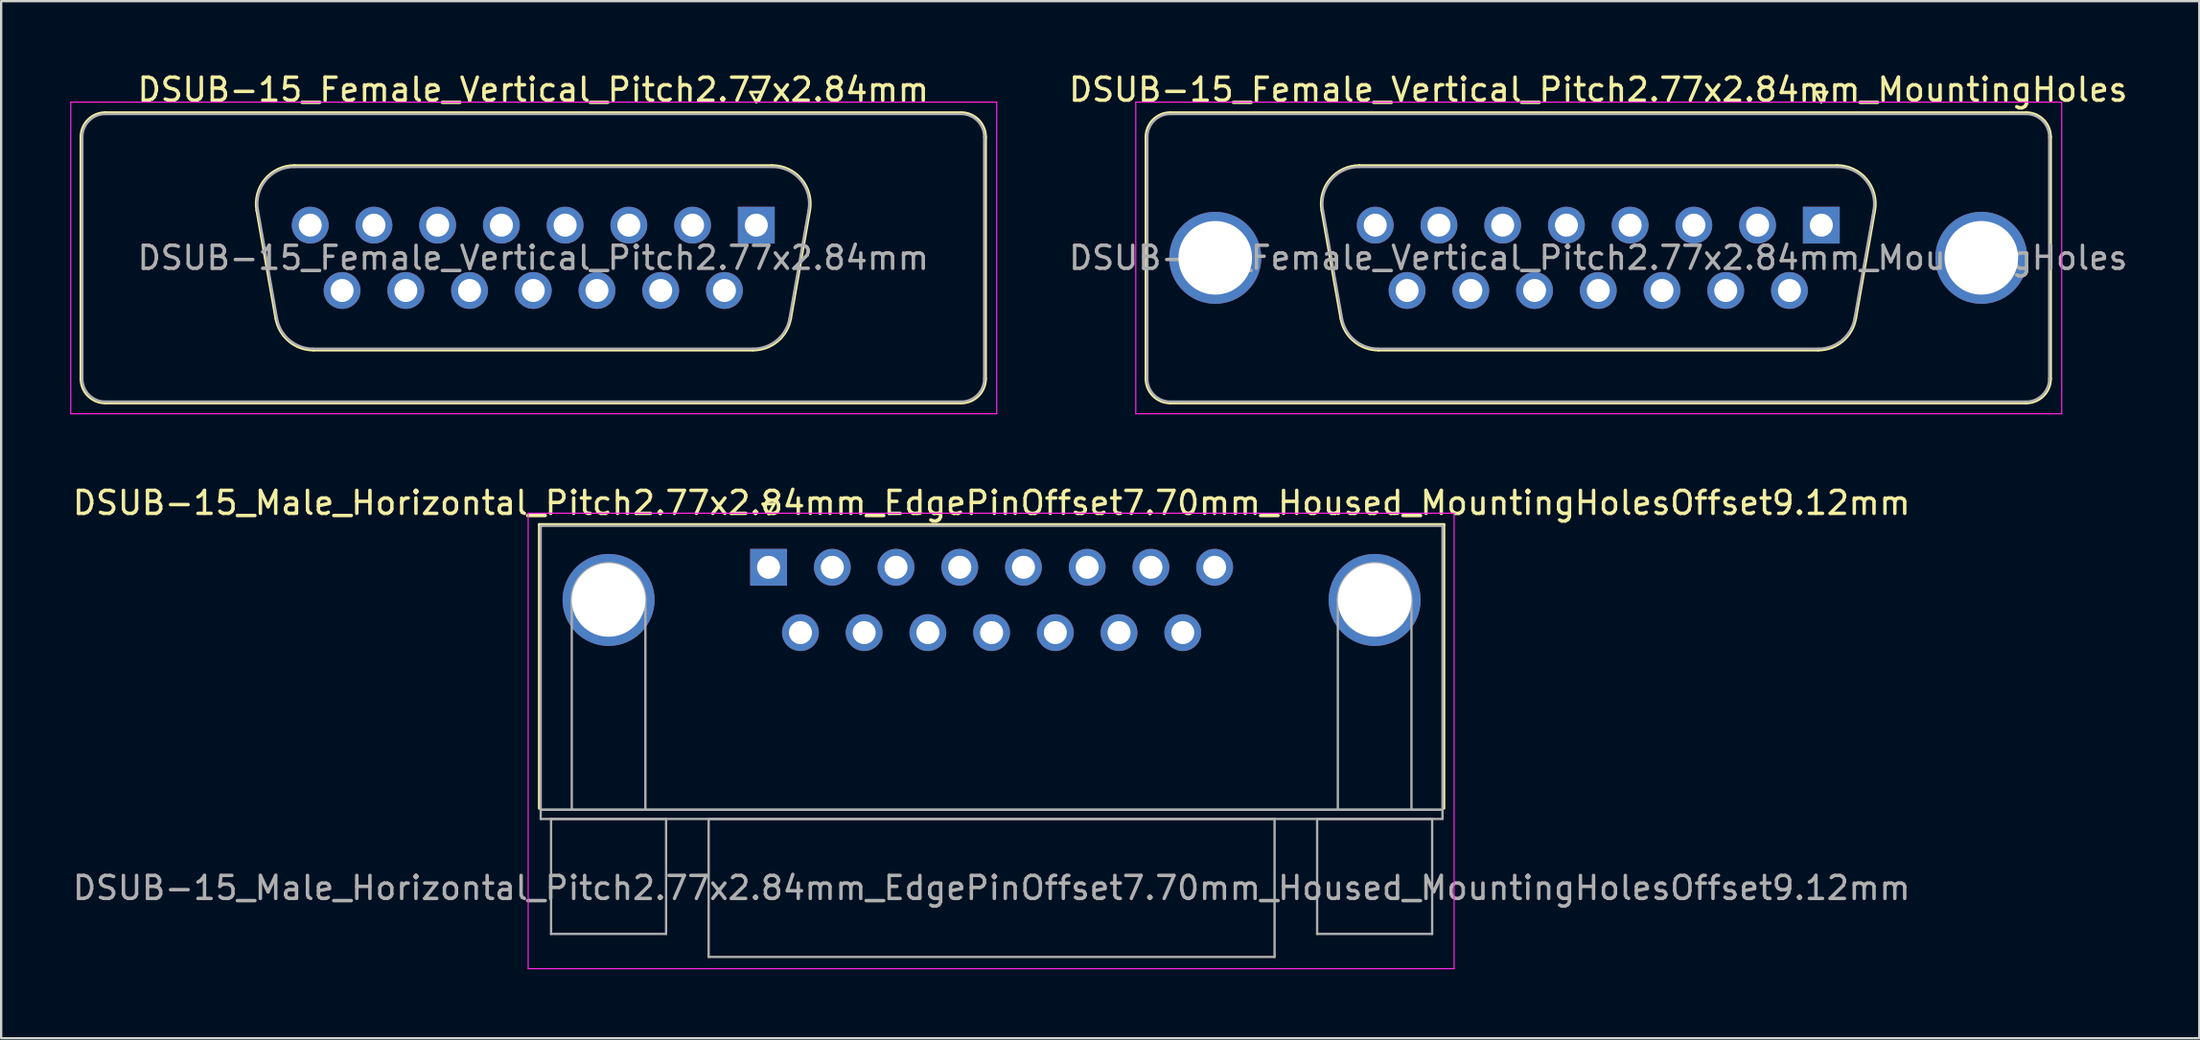
<source format=kicad_pcb>
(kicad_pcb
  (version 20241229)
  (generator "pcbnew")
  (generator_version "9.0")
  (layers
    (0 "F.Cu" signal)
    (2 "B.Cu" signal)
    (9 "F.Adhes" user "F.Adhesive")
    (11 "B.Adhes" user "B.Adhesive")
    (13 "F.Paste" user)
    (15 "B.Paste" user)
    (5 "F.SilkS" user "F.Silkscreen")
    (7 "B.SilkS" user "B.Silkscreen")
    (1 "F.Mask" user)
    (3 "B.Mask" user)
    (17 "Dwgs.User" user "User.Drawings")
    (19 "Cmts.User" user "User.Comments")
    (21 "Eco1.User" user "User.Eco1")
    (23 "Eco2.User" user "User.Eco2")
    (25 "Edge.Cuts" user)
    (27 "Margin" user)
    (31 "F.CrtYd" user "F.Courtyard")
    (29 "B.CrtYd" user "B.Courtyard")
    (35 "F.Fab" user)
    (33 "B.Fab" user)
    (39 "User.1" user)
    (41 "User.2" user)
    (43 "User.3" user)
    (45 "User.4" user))
  (footprint "DSUB-15_Female_Vertical_Pitch2.77x2.84mm"
    (layer "F.Cu")
    (at 29.825 6.738)
    (property "Reference" "DSUB-15_Female_Vertical_Pitch2.77x2.84mm" (at -9.695 -5.89 0) (layer "F.SilkS") (effects (font (size 1 1) (thickness 0.15))))
    (attr through_hole)
    (fp_line (start -29.355 6.67) (end -29.355 -3.83) (stroke (width 0.12) (type solid)) (layer "F.SilkS"))
    (fp_line (start -28.295 -4.89) (end 8.905 -4.89) (stroke (width 0.12) (type solid)) (layer "F.SilkS"))
    (fp_line (start -21.711 -0.642) (end -20.883 4.058) (stroke (width 0.12) (type solid)) (layer "F.SilkS"))
    (fp_line (start -20.077 -2.59) (end 0.687 -2.59) (stroke (width 0.12) (type solid)) (layer "F.SilkS"))
    (fp_line (start -19.248 5.43) (end -0.142 5.43) (stroke (width 0.12) (type solid)) (layer "F.SilkS"))
    (fp_line (start -0.25 -5.784) (end 0.25 -5.784) (stroke (width 0.12) (type solid)) (layer "F.SilkS"))
    (fp_line (start 0 -5.351) (end -0.25 -5.784) (stroke (width 0.12) (type solid)) (layer "F.SilkS"))
    (fp_line (start 0.25 -5.784) (end 0 -5.351) (stroke (width 0.12) (type solid)) (layer "F.SilkS"))
    (fp_line (start 2.321 -0.642) (end 1.493 4.058) (stroke (width 0.12) (type solid)) (layer "F.SilkS"))
    (fp_line (start 8.905 7.73) (end -28.295 7.73) (stroke (width 0.12) (type solid)) (layer "F.SilkS"))
    (fp_line (start 9.965 -3.83) (end 9.965 6.67) (stroke (width 0.12) (type solid)) (layer "F.SilkS"))
    (fp_arc (start -29.355 -3.83) (mid -29.044533 -4.579533) (end -28.295 -4.89) (stroke (width 0.12) (type solid)) (layer "F.SilkS"))
    (fp_arc (start -28.295 7.73) (mid -29.044533 7.419533) (end -29.355 6.67) (stroke (width 0.12) (type solid)) (layer "F.SilkS"))
    (fp_arc (start -21.71147 -0.641744) (mid -21.348323 -1.997028) (end -20.076689 -2.59) (stroke (width 0.12) (type solid)) (layer "F.SilkS"))
    (fp_arc (start -19.247952 5.43) (mid -20.314979 5.041634) (end -20.882733 4.058256) (stroke (width 0.12) (type solid)) (layer "F.SilkS"))
    (fp_arc (start 0.686689 -2.59) (mid 1.958323 -1.997027) (end 2.32147 -0.641744) (stroke (width 0.12) (type solid)) (layer "F.SilkS"))
    (fp_arc (start 1.492733 4.058256) (mid 0.92498 5.041634) (end -0.142048 5.43) (stroke (width 0.12) (type solid)) (layer "F.SilkS"))
    (fp_arc (start 8.905 -4.89) (mid 9.654533 -4.579533) (end 9.965 -3.83) (stroke (width 0.12) (type solid)) (layer "F.SilkS"))
    (fp_arc (start 9.965 6.67) (mid 9.654533 7.419533) (end 8.905 7.73) (stroke (width 0.12) (type solid)) (layer "F.SilkS"))
    (fp_line (start -29.8 -5.35) (end -29.8 8.2) (stroke (width 0.05) (type solid)) (layer "F.CrtYd"))
    (fp_line (start -29.8 8.2) (end 10.45 8.2) (stroke (width 0.05) (type solid)) (layer "F.CrtYd"))
    (fp_line (start 10.45 -5.35) (end -29.8 -5.35) (stroke (width 0.05) (type solid)) (layer "F.CrtYd"))
    (fp_line (start 10.45 8.2) (end 10.45 -5.35) (stroke (width 0.05) (type solid)) (layer "F.CrtYd"))
    (fp_line (start -29.295 6.67) (end -29.295 -3.83) (stroke (width 0.1) (type solid)) (layer "F.Fab"))
    (fp_line (start -28.295 -4.83) (end 8.905 -4.83) (stroke (width 0.1) (type solid)) (layer "F.Fab"))
    (fp_line (start -21.664 -0.652) (end -20.835 4.048) (stroke (width 0.1) (type solid)) (layer "F.Fab"))
    (fp_line (start -20.088 -2.53) (end 0.698 -2.53) (stroke (width 0.1) (type solid)) (layer "F.Fab"))
    (fp_line (start -19.259 5.37) (end -0.131 5.37) (stroke (width 0.1) (type solid)) (layer "F.Fab"))
    (fp_line (start 2.274 -0.652) (end 1.445 4.048) (stroke (width 0.1) (type solid)) (layer "F.Fab"))
    (fp_line (start 8.905 7.67) (end -28.295 7.67) (stroke (width 0.1) (type solid)) (layer "F.Fab"))
    (fp_line (start 9.905 -3.83) (end 9.905 6.67) (stroke (width 0.1) (type solid)) (layer "F.Fab"))
    (fp_arc (start -29.295 -3.83) (mid -29.002107 -4.537107) (end -28.295 -4.83) (stroke (width 0.1) (type solid)) (layer "F.Fab"))
    (fp_arc (start -28.295 7.67) (mid -29.002107 7.377107) (end -29.295 6.67) (stroke (width 0.1) (type solid)) (layer "F.Fab"))
    (fp_arc (start -21.663886 -0.652163) (mid -21.313865 -1.95846) (end -20.088194 -2.53) (stroke (width 0.1) (type solid)) (layer "F.Fab"))
    (fp_arc (start -19.259457 5.37) (mid -20.287917 4.995671) (end -20.835149 4.047837) (stroke (width 0.1) (type solid)) (layer "F.Fab"))
    (fp_arc (start 0.698194 -2.53) (mid 1.923865 -1.95846) (end 2.273886 -0.652163) (stroke (width 0.1) (type solid)) (layer "F.Fab"))
    (fp_arc (start 1.445149 4.047837) (mid 0.897917 4.995671) (end -0.130543 5.37) (stroke (width 0.1) (type solid)) (layer "F.Fab"))
    (fp_arc (start 8.905 -4.83) (mid 9.612107 -4.537107) (end 9.905 -3.83) (stroke (width 0.1) (type solid)) (layer "F.Fab"))
    (fp_arc (start 9.905 6.67) (mid 9.612107 7.377107) (end 8.905 7.67) (stroke (width 0.1) (type solid)) (layer "F.Fab"))
    (fp_text user "${REFERENCE}" (at -9.695 1.42 0) (layer "F.Fab") (effects (font (size 1 1) (thickness 0.15))))
    (pad "1" thru_hole rect (at 0 0) (size 1.6 1.6) (drill 1) (layers "*.Cu" "*.Mask"))
    (pad "2" thru_hole circle (at -2.77 0) (size 1.6 1.6) (drill 1) (layers "*.Cu" "*.Mask"))
    (pad "3" thru_hole circle (at -5.54 0) (size 1.6 1.6) (drill 1) (layers "*.Cu" "*.Mask"))
    (pad "4" thru_hole circle (at -8.31 0) (size 1.6 1.6) (drill 1) (layers "*.Cu" "*.Mask"))
    (pad "5" thru_hole circle (at -11.08 0) (size 1.6 1.6) (drill 1) (layers "*.Cu" "*.Mask"))
    (pad "6" thru_hole circle (at -13.85 0) (size 1.6 1.6) (drill 1) (layers "*.Cu" "*.Mask"))
    (pad "7" thru_hole circle (at -16.62 0) (size 1.6 1.6) (drill 1) (layers "*.Cu" "*.Mask"))
    (pad "8" thru_hole circle (at -19.39 0) (size 1.6 1.6) (drill 1) (layers "*.Cu" "*.Mask"))
    (pad "9" thru_hole circle (at -1.385 2.84) (size 1.6 1.6) (drill 1) (layers "*.Cu" "*.Mask"))
    (pad "10" thru_hole circle (at -4.155 2.84) (size 1.6 1.6) (drill 1) (layers "*.Cu" "*.Mask"))
    (pad "11" thru_hole circle (at -6.925 2.84) (size 1.6 1.6) (drill 1) (layers "*.Cu" "*.Mask"))
    (pad "12" thru_hole circle (at -9.695 2.84) (size 1.6 1.6) (drill 1) (layers "*.Cu" "*.Mask"))
    (pad "13" thru_hole circle (at -12.465 2.84) (size 1.6 1.6) (drill 1) (layers "*.Cu" "*.Mask"))
    (pad "14" thru_hole circle (at -15.235 2.84) (size 1.6 1.6) (drill 1) (layers "*.Cu" "*.Mask"))
    (pad "15" thru_hole circle (at -18.005 2.84) (size 1.6 1.6) (drill 1) (layers "*.Cu" "*.Mask")))
  (footprint "DSUB-15_Female_Vertical_Pitch2.77x2.84mm_MountingHoles"
    (layer "F.Cu")
    (at 76.12 6.738)
    (property "Reference" "DSUB-15_Female_Vertical_Pitch2.77x2.84mm_MountingHoles" (at -9.695 -5.89 0) (layer "F.SilkS") (effects (font (size 1 1) (thickness 0.15))))
    (attr through_hole)
    (fp_line (start -29.355 6.67) (end -29.355 -3.83) (stroke (width 0.12) (type solid)) (layer "F.SilkS"))
    (fp_line (start -28.295 -4.89) (end 8.905 -4.89) (stroke (width 0.12) (type solid)) (layer "F.SilkS"))
    (fp_line (start -21.711 -0.642) (end -20.883 4.058) (stroke (width 0.12) (type solid)) (layer "F.SilkS"))
    (fp_line (start -20.077 -2.59) (end 0.687 -2.59) (stroke (width 0.12) (type solid)) (layer "F.SilkS"))
    (fp_line (start -19.248 5.43) (end -0.142 5.43) (stroke (width 0.12) (type solid)) (layer "F.SilkS"))
    (fp_line (start -0.25 -5.784) (end 0.25 -5.784) (stroke (width 0.12) (type solid)) (layer "F.SilkS"))
    (fp_line (start 0 -5.351) (end -0.25 -5.784) (stroke (width 0.12) (type solid)) (layer "F.SilkS"))
    (fp_line (start 0.25 -5.784) (end 0 -5.351) (stroke (width 0.12) (type solid)) (layer "F.SilkS"))
    (fp_line (start 2.321 -0.642) (end 1.493 4.058) (stroke (width 0.12) (type solid)) (layer "F.SilkS"))
    (fp_line (start 8.905 7.73) (end -28.295 7.73) (stroke (width 0.12) (type solid)) (layer "F.SilkS"))
    (fp_line (start 9.965 -3.83) (end 9.965 6.67) (stroke (width 0.12) (type solid)) (layer "F.SilkS"))
    (fp_arc (start -29.355 -3.83) (mid -29.044533 -4.579533) (end -28.295 -4.89) (stroke (width 0.12) (type solid)) (layer "F.SilkS"))
    (fp_arc (start -28.295 7.73) (mid -29.044533 7.419533) (end -29.355 6.67) (stroke (width 0.12) (type solid)) (layer "F.SilkS"))
    (fp_arc (start -21.71147 -0.641744) (mid -21.348323 -1.997028) (end -20.076689 -2.59) (stroke (width 0.12) (type solid)) (layer "F.SilkS"))
    (fp_arc (start -19.247952 5.43) (mid -20.314979 5.041634) (end -20.882733 4.058256) (stroke (width 0.12) (type solid)) (layer "F.SilkS"))
    (fp_arc (start 0.686689 -2.59) (mid 1.958323 -1.997027) (end 2.32147 -0.641744) (stroke (width 0.12) (type solid)) (layer "F.SilkS"))
    (fp_arc (start 1.492733 4.058256) (mid 0.92498 5.041634) (end -0.142048 5.43) (stroke (width 0.12) (type solid)) (layer "F.SilkS"))
    (fp_arc (start 8.905 -4.89) (mid 9.654533 -4.579533) (end 9.965 -3.83) (stroke (width 0.12) (type solid)) (layer "F.SilkS"))
    (fp_arc (start 9.965 6.67) (mid 9.654533 7.419533) (end 8.905 7.73) (stroke (width 0.12) (type solid)) (layer "F.SilkS"))
    (fp_line (start -29.8 -5.35) (end -29.8 8.2) (stroke (width 0.05) (type solid)) (layer "F.CrtYd"))
    (fp_line (start -29.8 8.2) (end 10.45 8.2) (stroke (width 0.05) (type solid)) (layer "F.CrtYd"))
    (fp_line (start 10.45 -5.35) (end -29.8 -5.35) (stroke (width 0.05) (type solid)) (layer "F.CrtYd"))
    (fp_line (start 10.45 8.2) (end 10.45 -5.35) (stroke (width 0.05) (type solid)) (layer "F.CrtYd"))
    (fp_line (start -29.295 6.67) (end -29.295 -3.83) (stroke (width 0.1) (type solid)) (layer "F.Fab"))
    (fp_line (start -28.295 -4.83) (end 8.905 -4.83) (stroke (width 0.1) (type solid)) (layer "F.Fab"))
    (fp_line (start -21.664 -0.652) (end -20.835 4.048) (stroke (width 0.1) (type solid)) (layer "F.Fab"))
    (fp_line (start -20.088 -2.53) (end 0.698 -2.53) (stroke (width 0.1) (type solid)) (layer "F.Fab"))
    (fp_line (start -19.259 5.37) (end -0.131 5.37) (stroke (width 0.1) (type solid)) (layer "F.Fab"))
    (fp_line (start 2.274 -0.652) (end 1.445 4.048) (stroke (width 0.1) (type solid)) (layer "F.Fab"))
    (fp_line (start 8.905 7.67) (end -28.295 7.67) (stroke (width 0.1) (type solid)) (layer "F.Fab"))
    (fp_line (start 9.905 -3.83) (end 9.905 6.67) (stroke (width 0.1) (type solid)) (layer "F.Fab"))
    (fp_arc (start -29.295 -3.83) (mid -29.002107 -4.537107) (end -28.295 -4.83) (stroke (width 0.1) (type solid)) (layer "F.Fab"))
    (fp_arc (start -28.295 7.67) (mid -29.002107 7.377107) (end -29.295 6.67) (stroke (width 0.1) (type solid)) (layer "F.Fab"))
    (fp_arc (start -21.663886 -0.652163) (mid -21.313865 -1.95846) (end -20.088194 -2.53) (stroke (width 0.1) (type solid)) (layer "F.Fab"))
    (fp_arc (start -19.259457 5.37) (mid -20.287917 4.995671) (end -20.835149 4.047837) (stroke (width 0.1) (type solid)) (layer "F.Fab"))
    (fp_arc (start 0.698194 -2.53) (mid 1.923865 -1.95846) (end 2.273886 -0.652163) (stroke (width 0.1) (type solid)) (layer "F.Fab"))
    (fp_arc (start 1.445149 4.047837) (mid 0.897917 4.995671) (end -0.130543 5.37) (stroke (width 0.1) (type solid)) (layer "F.Fab"))
    (fp_arc (start 8.905 -4.83) (mid 9.612107 -4.537107) (end 9.905 -3.83) (stroke (width 0.1) (type solid)) (layer "F.Fab"))
    (fp_arc (start 9.905 6.67) (mid 9.612107 7.377107) (end 8.905 7.67) (stroke (width 0.1) (type solid)) (layer "F.Fab"))
    (fp_text user "${REFERENCE}" (at -9.695 1.42 0) (layer "F.Fab") (effects (font (size 1 1) (thickness 0.15))))
    (pad "0" thru_hole circle (at -26.345 1.42) (size 4 4) (drill 3.2) (layers "*.Cu" "*.Mask"))
    (pad "0" thru_hole circle (at 6.955 1.42) (size 4 4) (drill 3.2) (layers "*.Cu" "*.Mask"))
    (pad "1" thru_hole rect (at 0 0) (size 1.6 1.6) (drill 1) (layers "*.Cu" "*.Mask"))
    (pad "2" thru_hole circle (at -2.77 0) (size 1.6 1.6) (drill 1) (layers "*.Cu" "*.Mask"))
    (pad "3" thru_hole circle (at -5.54 0) (size 1.6 1.6) (drill 1) (layers "*.Cu" "*.Mask"))
    (pad "4" thru_hole circle (at -8.31 0) (size 1.6 1.6) (drill 1) (layers "*.Cu" "*.Mask"))
    (pad "5" thru_hole circle (at -11.08 0) (size 1.6 1.6) (drill 1) (layers "*.Cu" "*.Mask"))
    (pad "6" thru_hole circle (at -13.85 0) (size 1.6 1.6) (drill 1) (layers "*.Cu" "*.Mask"))
    (pad "7" thru_hole circle (at -16.62 0) (size 1.6 1.6) (drill 1) (layers "*.Cu" "*.Mask"))
    (pad "8" thru_hole circle (at -19.39 0) (size 1.6 1.6) (drill 1) (layers "*.Cu" "*.Mask"))
    (pad "9" thru_hole circle (at -1.385 2.84) (size 1.6 1.6) (drill 1) (layers "*.Cu" "*.Mask"))
    (pad "10" thru_hole circle (at -4.155 2.84) (size 1.6 1.6) (drill 1) (layers "*.Cu" "*.Mask"))
    (pad "11" thru_hole circle (at -6.925 2.84) (size 1.6 1.6) (drill 1) (layers "*.Cu" "*.Mask"))
    (pad "12" thru_hole circle (at -9.695 2.84) (size 1.6 1.6) (drill 1) (layers "*.Cu" "*.Mask"))
    (pad "13" thru_hole circle (at -12.465 2.84) (size 1.6 1.6) (drill 1) (layers "*.Cu" "*.Mask"))
    (pad "14" thru_hole circle (at -15.235 2.84) (size 1.6 1.6) (drill 1) (layers "*.Cu" "*.Mask"))
    (pad "15" thru_hole circle (at -18.005 2.84) (size 1.6 1.6) (drill 1) (layers "*.Cu" "*.Mask")))
  (footprint "DSUB-15_Male_Horizontal_Pitch2.77x2.84mm_EdgePinOffset7.70mm_Housed_MountingHolesOffset9.12mm"
    (layer "F.Cu")
    (at 30.359 21.611)
    (property "Reference" "DSUB-15_Male_Horizontal_Pitch2.77x2.84mm_EdgePinOffset7.70mm_Housed_MountingHolesOffset9.12mm" (at 9.695 -2.8 0) (layer "F.SilkS") (effects (font (size 1 1) (thickness 0.15))))
    (attr through_hole)
    (fp_line (start -9.965 -1.86) (end 29.355 -1.86) (stroke (width 0.12) (type solid)) (layer "F.SilkS"))
    (fp_line (start -9.965 10.48) (end -9.965 -1.86) (stroke (width 0.12) (type solid)) (layer "F.SilkS"))
    (fp_line (start -0.25 -2.754) (end 0.25 -2.754) (stroke (width 0.12) (type solid)) (layer "F.SilkS"))
    (fp_line (start 0 -2.321) (end -0.25 -2.754) (stroke (width 0.12) (type solid)) (layer "F.SilkS"))
    (fp_line (start 0.25 -2.754) (end 0 -2.321) (stroke (width 0.12) (type solid)) (layer "F.SilkS"))
    (fp_line (start 29.355 -1.86) (end 29.355 10.48) (stroke (width 0.12) (type solid)) (layer "F.SilkS"))
    (fp_line (start -10.45 -2.35) (end -10.45 17.45) (stroke (width 0.05) (type solid)) (layer "F.CrtYd"))
    (fp_line (start -10.45 17.45) (end 29.8 17.45) (stroke (width 0.05) (type solid)) (layer "F.CrtYd"))
    (fp_line (start 29.8 -2.35) (end -10.45 -2.35) (stroke (width 0.05) (type solid)) (layer "F.CrtYd"))
    (fp_line (start 29.8 17.45) (end 29.8 -2.35) (stroke (width 0.05) (type solid)) (layer "F.CrtYd"))
    (fp_line (start -9.905 -1.8) (end -9.905 10.54) (stroke (width 0.1) (type solid)) (layer "F.Fab"))
    (fp_line (start -9.905 10.54) (end -9.905 10.94) (stroke (width 0.1) (type solid)) (layer "F.Fab"))
    (fp_line (start -9.905 10.54) (end 29.295 10.54) (stroke (width 0.1) (type solid)) (layer "F.Fab"))
    (fp_line (start -9.905 10.94) (end 29.295 10.94) (stroke (width 0.1) (type solid)) (layer "F.Fab"))
    (fp_line (start -9.455 10.94) (end -9.455 15.94) (stroke (width 0.1) (type solid)) (layer "F.Fab"))
    (fp_line (start -9.455 15.94) (end -4.455 15.94) (stroke (width 0.1) (type solid)) (layer "F.Fab"))
    (fp_line (start -8.555 10.54) (end -8.555 1.42) (stroke (width 0.1) (type solid)) (layer "F.Fab"))
    (fp_line (start -5.355 10.54) (end -5.355 1.42) (stroke (width 0.1) (type solid)) (layer "F.Fab"))
    (fp_line (start -4.455 10.94) (end -9.455 10.94) (stroke (width 0.1) (type solid)) (layer "F.Fab"))
    (fp_line (start -4.455 15.94) (end -4.455 10.94) (stroke (width 0.1) (type solid)) (layer "F.Fab"))
    (fp_line (start -2.605 10.94) (end -2.605 16.94) (stroke (width 0.1) (type solid)) (layer "F.Fab"))
    (fp_line (start -2.605 16.94) (end 21.995 16.94) (stroke (width 0.1) (type solid)) (layer "F.Fab"))
    (fp_line (start 21.995 10.94) (end -2.605 10.94) (stroke (width 0.1) (type solid)) (layer "F.Fab"))
    (fp_line (start 21.995 16.94) (end 21.995 10.94) (stroke (width 0.1) (type solid)) (layer "F.Fab"))
    (fp_line (start 23.845 10.94) (end 23.845 15.94) (stroke (width 0.1) (type solid)) (layer "F.Fab"))
    (fp_line (start 23.845 15.94) (end 28.845 15.94) (stroke (width 0.1) (type solid)) (layer "F.Fab"))
    (fp_line (start 24.745 10.54) (end 24.745 1.42) (stroke (width 0.1) (type solid)) (layer "F.Fab"))
    (fp_line (start 27.945 10.54) (end 27.945 1.42) (stroke (width 0.1) (type solid)) (layer "F.Fab"))
    (fp_line (start 28.845 10.94) (end 23.845 10.94) (stroke (width 0.1) (type solid)) (layer "F.Fab"))
    (fp_line (start 28.845 15.94) (end 28.845 10.94) (stroke (width 0.1) (type solid)) (layer "F.Fab"))
    (fp_line (start 29.295 -1.8) (end -9.905 -1.8) (stroke (width 0.1) (type solid)) (layer "F.Fab"))
    (fp_line (start 29.295 10.54) (end -9.905 10.54) (stroke (width 0.1) (type solid)) (layer "F.Fab"))
    (fp_line (start 29.295 10.54) (end 29.295 -1.8) (stroke (width 0.1) (type solid)) (layer "F.Fab"))
    (fp_line (start 29.295 10.94) (end 29.295 10.54) (stroke (width 0.1) (type solid)) (layer "F.Fab"))
    (fp_arc (start -8.555 1.42) (mid -6.955 -0.18) (end -5.355 1.42) (stroke (width 0.1) (type solid)) (layer "F.Fab"))
    (fp_arc (start 24.745 1.42) (mid 26.345 -0.18) (end 27.945 1.42) (stroke (width 0.1) (type solid)) (layer "F.Fab"))
    (fp_text user "${REFERENCE}" (at 9.695 13.94 0) (layer "F.Fab") (effects (font (size 1 1) (thickness 0.15))))
    (pad "0" thru_hole circle (at -6.955 1.42) (size 4 4) (drill 3.2) (layers "*.Cu" "*.Mask"))
    (pad "0" thru_hole circle (at 26.345 1.42) (size 4 4) (drill 3.2) (layers "*.Cu" "*.Mask"))
    (pad "1" thru_hole rect (at 0 0) (size 1.6 1.6) (drill 1) (layers "*.Cu" "*.Mask"))
    (pad "2" thru_hole circle (at 2.77 0) (size 1.6 1.6) (drill 1) (layers "*.Cu" "*.Mask"))
    (pad "3" thru_hole circle (at 5.54 0) (size 1.6 1.6) (drill 1) (layers "*.Cu" "*.Mask"))
    (pad "4" thru_hole circle (at 8.31 0) (size 1.6 1.6) (drill 1) (layers "*.Cu" "*.Mask"))
    (pad "5" thru_hole circle (at 11.08 0) (size 1.6 1.6) (drill 1) (layers "*.Cu" "*.Mask"))
    (pad "6" thru_hole circle (at 13.85 0) (size 1.6 1.6) (drill 1) (layers "*.Cu" "*.Mask"))
    (pad "7" thru_hole circle (at 16.62 0) (size 1.6 1.6) (drill 1) (layers "*.Cu" "*.Mask"))
    (pad "8" thru_hole circle (at 19.39 0) (size 1.6 1.6) (drill 1) (layers "*.Cu" "*.Mask"))
    (pad "9" thru_hole circle (at 1.385 2.84) (size 1.6 1.6) (drill 1) (layers "*.Cu" "*.Mask"))
    (pad "10" thru_hole circle (at 4.155 2.84) (size 1.6 1.6) (drill 1) (layers "*.Cu" "*.Mask"))
    (pad "11" thru_hole circle (at 6.925 2.84) (size 1.6 1.6) (drill 1) (layers "*.Cu" "*.Mask"))
    (pad "12" thru_hole circle (at 9.695 2.84) (size 1.6 1.6) (drill 1) (layers "*.Cu" "*.Mask"))
    (pad "13" thru_hole circle (at 12.465 2.84) (size 1.6 1.6) (drill 1) (layers "*.Cu" "*.Mask"))
    (pad "14" thru_hole circle (at 15.235 2.84) (size 1.6 1.6) (drill 1) (layers "*.Cu" "*.Mask"))
    (pad "15" thru_hole circle (at 18.005 2.84) (size 1.6 1.6) (drill 1) (layers "*.Cu" "*.Mask")))
  (gr_rect
    (start -3 -3)
    (end 92.55 42.087)
    (stroke (width 0.1) (type default))
    (fill no)
    (layer "Edge.Cuts")))
</source>
